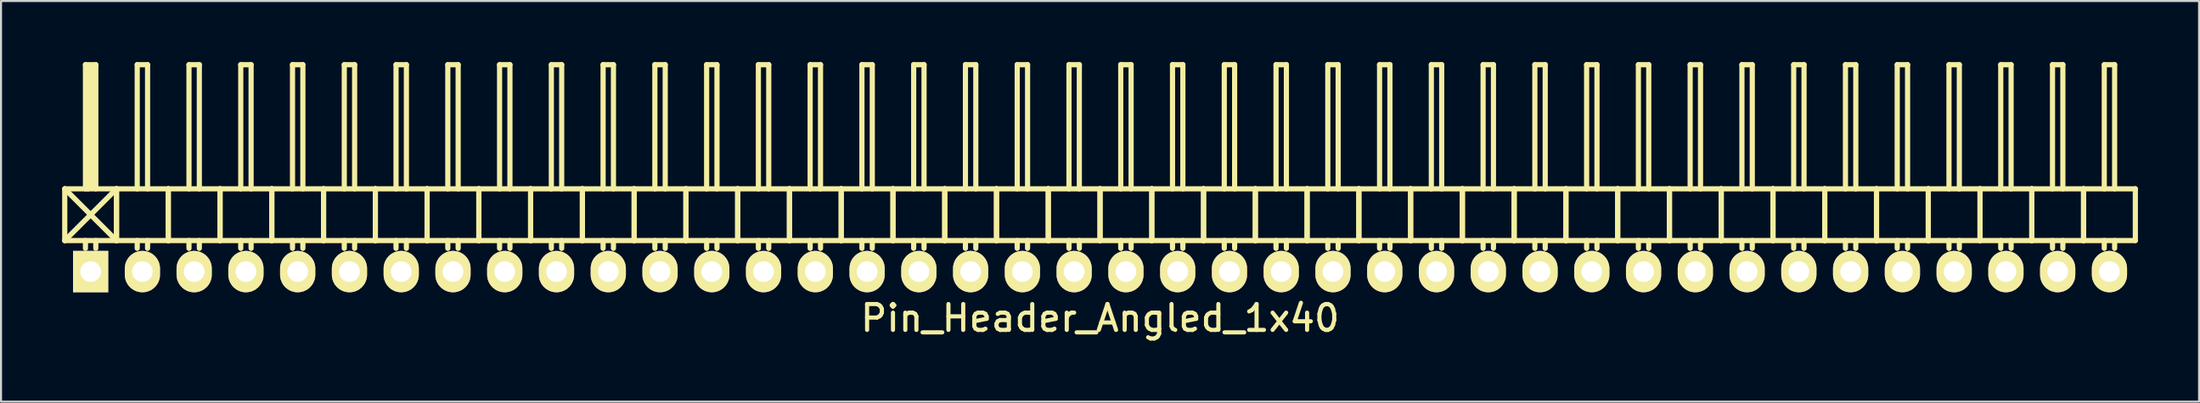
<source format=kicad_pcb>
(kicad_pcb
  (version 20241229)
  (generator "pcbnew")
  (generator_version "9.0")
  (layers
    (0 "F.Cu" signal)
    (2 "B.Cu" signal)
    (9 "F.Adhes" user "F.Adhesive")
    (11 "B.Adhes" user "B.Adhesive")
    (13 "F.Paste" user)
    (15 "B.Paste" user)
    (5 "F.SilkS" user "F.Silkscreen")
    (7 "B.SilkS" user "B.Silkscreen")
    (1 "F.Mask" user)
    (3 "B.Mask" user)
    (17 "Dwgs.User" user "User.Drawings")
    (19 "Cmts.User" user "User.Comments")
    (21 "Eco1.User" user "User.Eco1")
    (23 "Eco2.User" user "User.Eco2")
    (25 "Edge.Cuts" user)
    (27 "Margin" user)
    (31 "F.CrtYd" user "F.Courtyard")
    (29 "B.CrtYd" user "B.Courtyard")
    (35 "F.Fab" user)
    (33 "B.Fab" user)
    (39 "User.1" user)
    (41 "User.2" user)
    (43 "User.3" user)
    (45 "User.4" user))
  (footprint "Pin_Header_Angled_1x40"
    (layer "F.Cu")
    (at 50.927 10.287)
    (property "Reference" "Pin_Header_Angled_1x40" (at 0 2.286 0) (layer "F.SilkS") (effects (font (size 1.27 1.27) (thickness 0.203))))
    (attr through_hole)
    (fp_line (start -50.8 -4.064) (end -48.26 -1.524) (stroke (width 0.254) (type solid)) (layer "F.SilkS"))
    (fp_line (start -50.8 -1.524) (end -50.8 -4.064) (stroke (width 0.254) (type solid)) (layer "F.SilkS"))
    (fp_line (start -50.8 -1.524) (end -48.26 -4.064) (stroke (width 0.254) (type solid)) (layer "F.SilkS"))
    (fp_line (start -50.8 -1.524) (end -48.26 -1.524) (stroke (width 0.254) (type solid)) (layer "F.SilkS"))
    (fp_line (start -49.784 -10.16) (end -49.276 -10.16) (stroke (width 0.254) (type solid)) (layer "F.SilkS"))
    (fp_line (start -49.784 -4.064) (end -49.784 -10.16) (stroke (width 0.254) (type solid)) (layer "F.SilkS"))
    (fp_line (start -49.784 -1.524) (end -49.784 -1.143) (stroke (width 0.254) (type solid)) (layer "F.SilkS"))
    (fp_line (start -49.657 -10.033) (end -49.403 -10.033) (stroke (width 0.254) (type solid)) (layer "F.SilkS"))
    (fp_line (start -49.657 -4.064) (end -49.657 -10.033) (stroke (width 0.254) (type solid)) (layer "F.SilkS"))
    (fp_line (start -49.53 -4.191) (end -49.53 -10.033) (stroke (width 0.254) (type solid)) (layer "F.SilkS"))
    (fp_line (start -49.403 -10.033) (end -49.403 -4.191) (stroke (width 0.254) (type solid)) (layer "F.SilkS"))
    (fp_line (start -49.403 -4.191) (end -49.53 -4.191) (stroke (width 0.254) (type solid)) (layer "F.SilkS"))
    (fp_line (start -49.276 -10.16) (end -49.276 -4.064) (stroke (width 0.254) (type solid)) (layer "F.SilkS"))
    (fp_line (start -49.276 -1.524) (end -49.276 -1.143) (stroke (width 0.254) (type solid)) (layer "F.SilkS"))
    (fp_line (start -48.26 -4.064) (end -50.8 -4.064) (stroke (width 0.254) (type solid)) (layer "F.SilkS"))
    (fp_line (start -48.26 -1.524) (end -48.26 -4.064) (stroke (width 0.254) (type solid)) (layer "F.SilkS"))
    (fp_line (start -48.26 -1.524) (end -48.26 -4.064) (stroke (width 0.254) (type solid)) (layer "F.SilkS"))
    (fp_line (start -48.26 -1.524) (end -45.72 -1.524) (stroke (width 0.254) (type solid)) (layer "F.SilkS"))
    (fp_line (start -47.244 -10.16) (end -46.736 -10.16) (stroke (width 0.254) (type solid)) (layer "F.SilkS"))
    (fp_line (start -47.244 -4.064) (end -47.244 -10.16) (stroke (width 0.254) (type solid)) (layer "F.SilkS"))
    (fp_line (start -47.244 -1.524) (end -47.244 -1.143) (stroke (width 0.254) (type solid)) (layer "F.SilkS"))
    (fp_line (start -46.736 -10.16) (end -46.736 -4.064) (stroke (width 0.254) (type solid)) (layer "F.SilkS"))
    (fp_line (start -46.736 -1.524) (end -46.736 -1.143) (stroke (width 0.254) (type solid)) (layer "F.SilkS"))
    (fp_line (start -45.72 -4.064) (end -48.26 -4.064) (stroke (width 0.254) (type solid)) (layer "F.SilkS"))
    (fp_line (start -45.72 -1.524) (end -45.72 -4.064) (stroke (width 0.254) (type solid)) (layer "F.SilkS"))
    (fp_line (start -45.72 -1.524) (end -45.72 -4.064) (stroke (width 0.254) (type solid)) (layer "F.SilkS"))
    (fp_line (start -45.72 -1.524) (end -43.18 -1.524) (stroke (width 0.254) (type solid)) (layer "F.SilkS"))
    (fp_line (start -44.704 -10.16) (end -44.196 -10.16) (stroke (width 0.254) (type solid)) (layer "F.SilkS"))
    (fp_line (start -44.704 -4.064) (end -44.704 -10.16) (stroke (width 0.254) (type solid)) (layer "F.SilkS"))
    (fp_line (start -44.704 -1.524) (end -44.704 -1.143) (stroke (width 0.254) (type solid)) (layer "F.SilkS"))
    (fp_line (start -44.196 -10.16) (end -44.196 -4.064) (stroke (width 0.254) (type solid)) (layer "F.SilkS"))
    (fp_line (start -44.196 -1.524) (end -44.196 -1.143) (stroke (width 0.254) (type solid)) (layer "F.SilkS"))
    (fp_line (start -43.18 -4.064) (end -45.72 -4.064) (stroke (width 0.254) (type solid)) (layer "F.SilkS"))
    (fp_line (start -43.18 -1.524) (end -43.18 -4.064) (stroke (width 0.254) (type solid)) (layer "F.SilkS"))
    (fp_line (start -43.18 -1.524) (end -43.18 -4.064) (stroke (width 0.254) (type solid)) (layer "F.SilkS"))
    (fp_line (start -43.18 -1.524) (end -40.64 -1.524) (stroke (width 0.254) (type solid)) (layer "F.SilkS"))
    (fp_line (start -42.164 -10.16) (end -41.656 -10.16) (stroke (width 0.254) (type solid)) (layer "F.SilkS"))
    (fp_line (start -42.164 -4.064) (end -42.164 -10.16) (stroke (width 0.254) (type solid)) (layer "F.SilkS"))
    (fp_line (start -42.164 -1.524) (end -42.164 -1.143) (stroke (width 0.254) (type solid)) (layer "F.SilkS"))
    (fp_line (start -41.656 -10.16) (end -41.656 -4.064) (stroke (width 0.254) (type solid)) (layer "F.SilkS"))
    (fp_line (start -41.656 -1.524) (end -41.656 -1.143) (stroke (width 0.254) (type solid)) (layer "F.SilkS"))
    (fp_line (start -40.64 -4.064) (end -43.18 -4.064) (stroke (width 0.254) (type solid)) (layer "F.SilkS"))
    (fp_line (start -40.64 -1.524) (end -40.64 -4.064) (stroke (width 0.254) (type solid)) (layer "F.SilkS"))
    (fp_line (start -40.64 -1.524) (end -40.64 -4.064) (stroke (width 0.254) (type solid)) (layer "F.SilkS"))
    (fp_line (start -40.64 -1.524) (end -38.1 -1.524) (stroke (width 0.254) (type solid)) (layer "F.SilkS"))
    (fp_line (start -39.624 -10.16) (end -39.116 -10.16) (stroke (width 0.254) (type solid)) (layer "F.SilkS"))
    (fp_line (start -39.624 -4.064) (end -39.624 -10.16) (stroke (width 0.254) (type solid)) (layer "F.SilkS"))
    (fp_line (start -39.624 -1.524) (end -39.624 -1.143) (stroke (width 0.254) (type solid)) (layer "F.SilkS"))
    (fp_line (start -39.116 -10.16) (end -39.116 -4.064) (stroke (width 0.254) (type solid)) (layer "F.SilkS"))
    (fp_line (start -39.116 -1.524) (end -39.116 -1.143) (stroke (width 0.254) (type solid)) (layer "F.SilkS"))
    (fp_line (start -38.1 -4.064) (end -40.64 -4.064) (stroke (width 0.254) (type solid)) (layer "F.SilkS"))
    (fp_line (start -38.1 -1.524) (end -38.1 -4.064) (stroke (width 0.254) (type solid)) (layer "F.SilkS"))
    (fp_line (start -38.1 -1.524) (end -38.1 -4.064) (stroke (width 0.254) (type solid)) (layer "F.SilkS"))
    (fp_line (start -38.1 -1.524) (end -35.56 -1.524) (stroke (width 0.254) (type solid)) (layer "F.SilkS"))
    (fp_line (start -37.084 -10.16) (end -36.576 -10.16) (stroke (width 0.254) (type solid)) (layer "F.SilkS"))
    (fp_line (start -37.084 -4.064) (end -37.084 -10.16) (stroke (width 0.254) (type solid)) (layer "F.SilkS"))
    (fp_line (start -37.084 -1.524) (end -37.084 -1.143) (stroke (width 0.254) (type solid)) (layer "F.SilkS"))
    (fp_line (start -36.576 -10.16) (end -36.576 -4.064) (stroke (width 0.254) (type solid)) (layer "F.SilkS"))
    (fp_line (start -36.576 -1.524) (end -36.576 -1.143) (stroke (width 0.254) (type solid)) (layer "F.SilkS"))
    (fp_line (start -35.56 -4.064) (end -38.1 -4.064) (stroke (width 0.254) (type solid)) (layer "F.SilkS"))
    (fp_line (start -35.56 -1.524) (end -35.56 -4.064) (stroke (width 0.254) (type solid)) (layer "F.SilkS"))
    (fp_line (start -35.56 -1.524) (end -35.56 -4.064) (stroke (width 0.254) (type solid)) (layer "F.SilkS"))
    (fp_line (start -35.56 -1.524) (end -33.02 -1.524) (stroke (width 0.254) (type solid)) (layer "F.SilkS"))
    (fp_line (start -34.544 -10.16) (end -34.036 -10.16) (stroke (width 0.254) (type solid)) (layer "F.SilkS"))
    (fp_line (start -34.544 -4.064) (end -34.544 -10.16) (stroke (width 0.254) (type solid)) (layer "F.SilkS"))
    (fp_line (start -34.544 -1.524) (end -34.544 -1.143) (stroke (width 0.254) (type solid)) (layer "F.SilkS"))
    (fp_line (start -34.036 -10.16) (end -34.036 -4.064) (stroke (width 0.254) (type solid)) (layer "F.SilkS"))
    (fp_line (start -34.036 -1.524) (end -34.036 -1.143) (stroke (width 0.254) (type solid)) (layer "F.SilkS"))
    (fp_line (start -33.02 -4.064) (end -35.56 -4.064) (stroke (width 0.254) (type solid)) (layer "F.SilkS"))
    (fp_line (start -33.02 -1.524) (end -33.02 -4.064) (stroke (width 0.254) (type solid)) (layer "F.SilkS"))
    (fp_line (start -33.02 -1.524) (end -33.02 -4.064) (stroke (width 0.254) (type solid)) (layer "F.SilkS"))
    (fp_line (start -33.02 -1.524) (end -30.48 -1.524) (stroke (width 0.254) (type solid)) (layer "F.SilkS"))
    (fp_line (start -32.004 -10.16) (end -31.496 -10.16) (stroke (width 0.254) (type solid)) (layer "F.SilkS"))
    (fp_line (start -32.004 -4.064) (end -32.004 -10.16) (stroke (width 0.254) (type solid)) (layer "F.SilkS"))
    (fp_line (start -32.004 -1.524) (end -32.004 -1.143) (stroke (width 0.254) (type solid)) (layer "F.SilkS"))
    (fp_line (start -31.496 -10.16) (end -31.496 -4.064) (stroke (width 0.254) (type solid)) (layer "F.SilkS"))
    (fp_line (start -31.496 -1.524) (end -31.496 -1.143) (stroke (width 0.254) (type solid)) (layer "F.SilkS"))
    (fp_line (start -30.48 -4.064) (end -33.02 -4.064) (stroke (width 0.254) (type solid)) (layer "F.SilkS"))
    (fp_line (start -30.48 -1.524) (end -30.48 -4.064) (stroke (width 0.254) (type solid)) (layer "F.SilkS"))
    (fp_line (start -30.48 -1.524) (end -30.48 -4.064) (stroke (width 0.254) (type solid)) (layer "F.SilkS"))
    (fp_line (start -30.48 -1.524) (end -27.94 -1.524) (stroke (width 0.254) (type solid)) (layer "F.SilkS"))
    (fp_line (start -29.464 -10.16) (end -28.956 -10.16) (stroke (width 0.254) (type solid)) (layer "F.SilkS"))
    (fp_line (start -29.464 -4.064) (end -29.464 -10.16) (stroke (width 0.254) (type solid)) (layer "F.SilkS"))
    (fp_line (start -29.464 -1.524) (end -29.464 -1.143) (stroke (width 0.254) (type solid)) (layer "F.SilkS"))
    (fp_line (start -28.956 -10.16) (end -28.956 -4.064) (stroke (width 0.254) (type solid)) (layer "F.SilkS"))
    (fp_line (start -28.956 -1.524) (end -28.956 -1.143) (stroke (width 0.254) (type solid)) (layer "F.SilkS"))
    (fp_line (start -27.94 -4.064) (end -30.48 -4.064) (stroke (width 0.254) (type solid)) (layer "F.SilkS"))
    (fp_line (start -27.94 -1.524) (end -27.94 -4.064) (stroke (width 0.254) (type solid)) (layer "F.SilkS"))
    (fp_line (start -27.94 -1.524) (end -27.94 -4.064) (stroke (width 0.254) (type solid)) (layer "F.SilkS"))
    (fp_line (start -27.94 -1.524) (end -25.4 -1.524) (stroke (width 0.254) (type solid)) (layer "F.SilkS"))
    (fp_line (start -26.924 -10.16) (end -26.416 -10.16) (stroke (width 0.254) (type solid)) (layer "F.SilkS"))
    (fp_line (start -26.924 -4.064) (end -26.924 -10.16) (stroke (width 0.254) (type solid)) (layer "F.SilkS"))
    (fp_line (start -26.924 -1.524) (end -26.924 -1.143) (stroke (width 0.254) (type solid)) (layer "F.SilkS"))
    (fp_line (start -26.416 -10.16) (end -26.416 -4.064) (stroke (width 0.254) (type solid)) (layer "F.SilkS"))
    (fp_line (start -26.416 -1.524) (end -26.416 -1.143) (stroke (width 0.254) (type solid)) (layer "F.SilkS"))
    (fp_line (start -25.4 -4.064) (end -27.94 -4.064) (stroke (width 0.254) (type solid)) (layer "F.SilkS"))
    (fp_line (start -25.4 -1.524) (end -25.4 -4.064) (stroke (width 0.254) (type solid)) (layer "F.SilkS"))
    (fp_line (start -25.4 -1.524) (end -25.4 -4.064) (stroke (width 0.254) (type solid)) (layer "F.SilkS"))
    (fp_line (start -25.4 -1.524) (end -22.86 -1.524) (stroke (width 0.254) (type solid)) (layer "F.SilkS"))
    (fp_line (start -24.384 -10.16) (end -23.876 -10.16) (stroke (width 0.254) (type solid)) (layer "F.SilkS"))
    (fp_line (start -24.384 -4.064) (end -24.384 -10.16) (stroke (width 0.254) (type solid)) (layer "F.SilkS"))
    (fp_line (start -24.384 -1.524) (end -24.384 -1.143) (stroke (width 0.254) (type solid)) (layer "F.SilkS"))
    (fp_line (start -23.876 -10.16) (end -23.876 -4.064) (stroke (width 0.254) (type solid)) (layer "F.SilkS"))
    (fp_line (start -23.876 -1.524) (end -23.876 -1.143) (stroke (width 0.254) (type solid)) (layer "F.SilkS"))
    (fp_line (start -22.86 -4.064) (end -25.4 -4.064) (stroke (width 0.254) (type solid)) (layer "F.SilkS"))
    (fp_line (start -22.86 -1.524) (end -22.86 -4.064) (stroke (width 0.254) (type solid)) (layer "F.SilkS"))
    (fp_line (start -22.86 -1.524) (end -22.86 -4.064) (stroke (width 0.254) (type solid)) (layer "F.SilkS"))
    (fp_line (start -22.86 -1.524) (end -20.32 -1.524) (stroke (width 0.254) (type solid)) (layer "F.SilkS"))
    (fp_line (start -21.844 -10.16) (end -21.336 -10.16) (stroke (width 0.254) (type solid)) (layer "F.SilkS"))
    (fp_line (start -21.844 -4.064) (end -21.844 -10.16) (stroke (width 0.254) (type solid)) (layer "F.SilkS"))
    (fp_line (start -21.844 -1.524) (end -21.844 -1.143) (stroke (width 0.254) (type solid)) (layer "F.SilkS"))
    (fp_line (start -21.336 -10.16) (end -21.336 -4.064) (stroke (width 0.254) (type solid)) (layer "F.SilkS"))
    (fp_line (start -21.336 -1.524) (end -21.336 -1.143) (stroke (width 0.254) (type solid)) (layer "F.SilkS"))
    (fp_line (start -20.32 -4.064) (end -22.86 -4.064) (stroke (width 0.254) (type solid)) (layer "F.SilkS"))
    (fp_line (start -20.32 -1.524) (end -20.32 -4.064) (stroke (width 0.254) (type solid)) (layer "F.SilkS"))
    (fp_line (start -20.32 -1.524) (end -20.32 -4.064) (stroke (width 0.254) (type solid)) (layer "F.SilkS"))
    (fp_line (start -20.32 -1.524) (end -17.78 -1.524) (stroke (width 0.254) (type solid)) (layer "F.SilkS"))
    (fp_line (start -19.304 -10.16) (end -18.796 -10.16) (stroke (width 0.254) (type solid)) (layer "F.SilkS"))
    (fp_line (start -19.304 -4.064) (end -19.304 -10.16) (stroke (width 0.254) (type solid)) (layer "F.SilkS"))
    (fp_line (start -19.304 -1.524) (end -19.304 -1.143) (stroke (width 0.254) (type solid)) (layer "F.SilkS"))
    (fp_line (start -18.796 -10.16) (end -18.796 -4.064) (stroke (width 0.254) (type solid)) (layer "F.SilkS"))
    (fp_line (start -18.796 -1.524) (end -18.796 -1.143) (stroke (width 0.254) (type solid)) (layer "F.SilkS"))
    (fp_line (start -17.78 -4.064) (end -20.32 -4.064) (stroke (width 0.254) (type solid)) (layer "F.SilkS"))
    (fp_line (start -17.78 -1.524) (end -17.78 -4.064) (stroke (width 0.254) (type solid)) (layer "F.SilkS"))
    (fp_line (start -17.78 -1.524) (end -17.78 -4.064) (stroke (width 0.254) (type solid)) (layer "F.SilkS"))
    (fp_line (start -17.78 -1.524) (end -15.24 -1.524) (stroke (width 0.254) (type solid)) (layer "F.SilkS"))
    (fp_line (start -16.764 -10.16) (end -16.256 -10.16) (stroke (width 0.254) (type solid)) (layer "F.SilkS"))
    (fp_line (start -16.764 -4.064) (end -16.764 -10.16) (stroke (width 0.254) (type solid)) (layer "F.SilkS"))
    (fp_line (start -16.764 -1.524) (end -16.764 -1.143) (stroke (width 0.254) (type solid)) (layer "F.SilkS"))
    (fp_line (start -16.256 -10.16) (end -16.256 -4.064) (stroke (width 0.254) (type solid)) (layer "F.SilkS"))
    (fp_line (start -16.256 -1.524) (end -16.256 -1.143) (stroke (width 0.254) (type solid)) (layer "F.SilkS"))
    (fp_line (start -15.24 -4.064) (end -17.78 -4.064) (stroke (width 0.254) (type solid)) (layer "F.SilkS"))
    (fp_line (start -15.24 -1.524) (end -15.24 -4.064) (stroke (width 0.254) (type solid)) (layer "F.SilkS"))
    (fp_line (start -15.24 -1.524) (end -15.24 -4.064) (stroke (width 0.254) (type solid)) (layer "F.SilkS"))
    (fp_line (start -15.24 -1.524) (end -12.7 -1.524) (stroke (width 0.254) (type solid)) (layer "F.SilkS"))
    (fp_line (start -14.224 -10.16) (end -13.716 -10.16) (stroke (width 0.254) (type solid)) (layer "F.SilkS"))
    (fp_line (start -14.224 -4.064) (end -14.224 -10.16) (stroke (width 0.254) (type solid)) (layer "F.SilkS"))
    (fp_line (start -14.224 -1.524) (end -14.224 -1.143) (stroke (width 0.254) (type solid)) (layer "F.SilkS"))
    (fp_line (start -13.716 -10.16) (end -13.716 -4.064) (stroke (width 0.254) (type solid)) (layer "F.SilkS"))
    (fp_line (start -13.716 -1.524) (end -13.716 -1.143) (stroke (width 0.254) (type solid)) (layer "F.SilkS"))
    (fp_line (start -12.7 -4.064) (end -15.24 -4.064) (stroke (width 0.254) (type solid)) (layer "F.SilkS"))
    (fp_line (start -12.7 -1.524) (end -12.7 -4.064) (stroke (width 0.254) (type solid)) (layer "F.SilkS"))
    (fp_line (start -12.7 -1.524) (end -12.7 -4.064) (stroke (width 0.254) (type solid)) (layer "F.SilkS"))
    (fp_line (start -12.7 -1.524) (end -10.16 -1.524) (stroke (width 0.254) (type solid)) (layer "F.SilkS"))
    (fp_line (start -11.684 -10.16) (end -11.176 -10.16) (stroke (width 0.254) (type solid)) (layer "F.SilkS"))
    (fp_line (start -11.684 -4.064) (end -11.684 -10.16) (stroke (width 0.254) (type solid)) (layer "F.SilkS"))
    (fp_line (start -11.684 -1.524) (end -11.684 -1.143) (stroke (width 0.254) (type solid)) (layer "F.SilkS"))
    (fp_line (start -11.176 -10.16) (end -11.176 -4.064) (stroke (width 0.254) (type solid)) (layer "F.SilkS"))
    (fp_line (start -11.176 -1.524) (end -11.176 -1.143) (stroke (width 0.254) (type solid)) (layer "F.SilkS"))
    (fp_line (start -10.16 -4.064) (end -12.7 -4.064) (stroke (width 0.254) (type solid)) (layer "F.SilkS"))
    (fp_line (start -10.16 -1.524) (end -10.16 -4.064) (stroke (width 0.254) (type solid)) (layer "F.SilkS"))
    (fp_line (start -10.16 -1.524) (end -10.16 -4.064) (stroke (width 0.254) (type solid)) (layer "F.SilkS"))
    (fp_line (start -10.16 -1.524) (end -7.62 -1.524) (stroke (width 0.254) (type solid)) (layer "F.SilkS"))
    (fp_line (start -9.144 -10.16) (end -8.636 -10.16) (stroke (width 0.254) (type solid)) (layer "F.SilkS"))
    (fp_line (start -9.144 -4.064) (end -9.144 -10.16) (stroke (width 0.254) (type solid)) (layer "F.SilkS"))
    (fp_line (start -9.144 -1.524) (end -9.144 -1.143) (stroke (width 0.254) (type solid)) (layer "F.SilkS"))
    (fp_line (start -8.636 -10.16) (end -8.636 -4.064) (stroke (width 0.254) (type solid)) (layer "F.SilkS"))
    (fp_line (start -8.636 -1.524) (end -8.636 -1.143) (stroke (width 0.254) (type solid)) (layer "F.SilkS"))
    (fp_line (start -7.62 -4.064) (end -10.16 -4.064) (stroke (width 0.254) (type solid)) (layer "F.SilkS"))
    (fp_line (start -7.62 -1.524) (end -7.62 -4.064) (stroke (width 0.254) (type solid)) (layer "F.SilkS"))
    (fp_line (start -7.62 -1.524) (end -7.62 -4.064) (stroke (width 0.254) (type solid)) (layer "F.SilkS"))
    (fp_line (start -7.62 -1.524) (end -5.08 -1.524) (stroke (width 0.254) (type solid)) (layer "F.SilkS"))
    (fp_line (start -6.604 -10.16) (end -6.096 -10.16) (stroke (width 0.254) (type solid)) (layer "F.SilkS"))
    (fp_line (start -6.604 -4.064) (end -6.604 -10.16) (stroke (width 0.254) (type solid)) (layer "F.SilkS"))
    (fp_line (start -6.604 -1.524) (end -6.604 -1.143) (stroke (width 0.254) (type solid)) (layer "F.SilkS"))
    (fp_line (start -6.096 -10.16) (end -6.096 -4.064) (stroke (width 0.254) (type solid)) (layer "F.SilkS"))
    (fp_line (start -6.096 -1.524) (end -6.096 -1.143) (stroke (width 0.254) (type solid)) (layer "F.SilkS"))
    (fp_line (start -5.08 -4.064) (end -7.62 -4.064) (stroke (width 0.254) (type solid)) (layer "F.SilkS"))
    (fp_line (start -5.08 -1.524) (end -5.08 -4.064) (stroke (width 0.254) (type solid)) (layer "F.SilkS"))
    (fp_line (start -5.08 -1.524) (end -5.08 -4.064) (stroke (width 0.254) (type solid)) (layer "F.SilkS"))
    (fp_line (start -5.08 -1.524) (end -2.54 -1.524) (stroke (width 0.254) (type solid)) (layer "F.SilkS"))
    (fp_line (start -4.064 -10.16) (end -3.556 -10.16) (stroke (width 0.254) (type solid)) (layer "F.SilkS"))
    (fp_line (start -4.064 -4.064) (end -4.064 -10.16) (stroke (width 0.254) (type solid)) (layer "F.SilkS"))
    (fp_line (start -4.064 -1.524) (end -4.064 -1.143) (stroke (width 0.254) (type solid)) (layer "F.SilkS"))
    (fp_line (start -3.556 -10.16) (end -3.556 -4.064) (stroke (width 0.254) (type solid)) (layer "F.SilkS"))
    (fp_line (start -3.556 -1.524) (end -3.556 -1.143) (stroke (width 0.254) (type solid)) (layer "F.SilkS"))
    (fp_line (start -2.54 -4.064) (end -5.08 -4.064) (stroke (width 0.254) (type solid)) (layer "F.SilkS"))
    (fp_line (start -2.54 -1.524) (end -2.54 -4.064) (stroke (width 0.254) (type solid)) (layer "F.SilkS"))
    (fp_line (start -2.54 -1.524) (end -2.54 -4.064) (stroke (width 0.254) (type solid)) (layer "F.SilkS"))
    (fp_line (start -2.54 -1.524) (end 0 -1.524) (stroke (width 0.254) (type solid)) (layer "F.SilkS"))
    (fp_line (start -1.524 -10.16) (end -1.016 -10.16) (stroke (width 0.254) (type solid)) (layer "F.SilkS"))
    (fp_line (start -1.524 -4.064) (end -1.524 -10.16) (stroke (width 0.254) (type solid)) (layer "F.SilkS"))
    (fp_line (start -1.524 -1.524) (end -1.524 -1.143) (stroke (width 0.254) (type solid)) (layer "F.SilkS"))
    (fp_line (start -1.016 -10.16) (end -1.016 -4.064) (stroke (width 0.254) (type solid)) (layer "F.SilkS"))
    (fp_line (start -1.016 -1.524) (end -1.016 -1.143) (stroke (width 0.254) (type solid)) (layer "F.SilkS"))
    (fp_line (start 0 -4.064) (end -2.54 -4.064) (stroke (width 0.254) (type solid)) (layer "F.SilkS"))
    (fp_line (start 0 -1.524) (end 0 -4.064) (stroke (width 0.254) (type solid)) (layer "F.SilkS"))
    (fp_line (start 0 -1.524) (end 0 -4.064) (stroke (width 0.254) (type solid)) (layer "F.SilkS"))
    (fp_line (start 0 -1.524) (end 2.54 -1.524) (stroke (width 0.254) (type solid)) (layer "F.SilkS"))
    (fp_line (start 1.016 -10.16) (end 1.524 -10.16) (stroke (width 0.254) (type solid)) (layer "F.SilkS"))
    (fp_line (start 1.016 -4.064) (end 1.016 -10.16) (stroke (width 0.254) (type solid)) (layer "F.SilkS"))
    (fp_line (start 1.016 -1.524) (end 1.016 -1.143) (stroke (width 0.254) (type solid)) (layer "F.SilkS"))
    (fp_line (start 1.524 -10.16) (end 1.524 -4.064) (stroke (width 0.254) (type solid)) (layer "F.SilkS"))
    (fp_line (start 1.524 -1.524) (end 1.524 -1.143) (stroke (width 0.254) (type solid)) (layer "F.SilkS"))
    (fp_line (start 2.54 -4.064) (end 0 -4.064) (stroke (width 0.254) (type solid)) (layer "F.SilkS"))
    (fp_line (start 2.54 -1.524) (end 2.54 -4.064) (stroke (width 0.254) (type solid)) (layer "F.SilkS"))
    (fp_line (start 2.54 -1.524) (end 2.54 -4.064) (stroke (width 0.254) (type solid)) (layer "F.SilkS"))
    (fp_line (start 2.54 -1.524) (end 5.08 -1.524) (stroke (width 0.254) (type solid)) (layer "F.SilkS"))
    (fp_line (start 3.556 -10.16) (end 4.064 -10.16) (stroke (width 0.254) (type solid)) (layer "F.SilkS"))
    (fp_line (start 3.556 -4.064) (end 3.556 -10.16) (stroke (width 0.254) (type solid)) (layer "F.SilkS"))
    (fp_line (start 3.556 -1.524) (end 3.556 -1.143) (stroke (width 0.254) (type solid)) (layer "F.SilkS"))
    (fp_line (start 4.064 -10.16) (end 4.064 -4.064) (stroke (width 0.254) (type solid)) (layer "F.SilkS"))
    (fp_line (start 4.064 -1.524) (end 4.064 -1.143) (stroke (width 0.254) (type solid)) (layer "F.SilkS"))
    (fp_line (start 5.08 -4.064) (end 2.54 -4.064) (stroke (width 0.254) (type solid)) (layer "F.SilkS"))
    (fp_line (start 5.08 -1.524) (end 5.08 -4.064) (stroke (width 0.254) (type solid)) (layer "F.SilkS"))
    (fp_line (start 5.08 -1.524) (end 5.08 -4.064) (stroke (width 0.254) (type solid)) (layer "F.SilkS"))
    (fp_line (start 5.08 -1.524) (end 7.62 -1.524) (stroke (width 0.254) (type solid)) (layer "F.SilkS"))
    (fp_line (start 6.096 -10.16) (end 6.604 -10.16) (stroke (width 0.254) (type solid)) (layer "F.SilkS"))
    (fp_line (start 6.096 -4.064) (end 6.096 -10.16) (stroke (width 0.254) (type solid)) (layer "F.SilkS"))
    (fp_line (start 6.096 -1.524) (end 6.096 -1.143) (stroke (width 0.254) (type solid)) (layer "F.SilkS"))
    (fp_line (start 6.604 -10.16) (end 6.604 -4.064) (stroke (width 0.254) (type solid)) (layer "F.SilkS"))
    (fp_line (start 6.604 -1.524) (end 6.604 -1.143) (stroke (width 0.254) (type solid)) (layer "F.SilkS"))
    (fp_line (start 7.62 -4.064) (end 5.08 -4.064) (stroke (width 0.254) (type solid)) (layer "F.SilkS"))
    (fp_line (start 7.62 -1.524) (end 7.62 -4.064) (stroke (width 0.254) (type solid)) (layer "F.SilkS"))
    (fp_line (start 7.62 -1.524) (end 7.62 -4.064) (stroke (width 0.254) (type solid)) (layer "F.SilkS"))
    (fp_line (start 7.62 -1.524) (end 10.16 -1.524) (stroke (width 0.254) (type solid)) (layer "F.SilkS"))
    (fp_line (start 8.636 -10.16) (end 9.144 -10.16) (stroke (width 0.254) (type solid)) (layer "F.SilkS"))
    (fp_line (start 8.636 -4.064) (end 8.636 -10.16) (stroke (width 0.254) (type solid)) (layer "F.SilkS"))
    (fp_line (start 8.636 -1.524) (end 8.636 -1.143) (stroke (width 0.254) (type solid)) (layer "F.SilkS"))
    (fp_line (start 9.144 -10.16) (end 9.144 -4.064) (stroke (width 0.254) (type solid)) (layer "F.SilkS"))
    (fp_line (start 9.144 -1.524) (end 9.144 -1.143) (stroke (width 0.254) (type solid)) (layer "F.SilkS"))
    (fp_line (start 10.16 -4.064) (end 7.62 -4.064) (stroke (width 0.254) (type solid)) (layer "F.SilkS"))
    (fp_line (start 10.16 -1.524) (end 10.16 -4.064) (stroke (width 0.254) (type solid)) (layer "F.SilkS"))
    (fp_line (start 10.16 -1.524) (end 10.16 -4.064) (stroke (width 0.254) (type solid)) (layer "F.SilkS"))
    (fp_line (start 10.16 -1.524) (end 12.7 -1.524) (stroke (width 0.254) (type solid)) (layer "F.SilkS"))
    (fp_line (start 11.176 -10.16) (end 11.684 -10.16) (stroke (width 0.254) (type solid)) (layer "F.SilkS"))
    (fp_line (start 11.176 -4.064) (end 11.176 -10.16) (stroke (width 0.254) (type solid)) (layer "F.SilkS"))
    (fp_line (start 11.176 -1.524) (end 11.176 -1.143) (stroke (width 0.254) (type solid)) (layer "F.SilkS"))
    (fp_line (start 11.684 -10.16) (end 11.684 -4.064) (stroke (width 0.254) (type solid)) (layer "F.SilkS"))
    (fp_line (start 11.684 -1.524) (end 11.684 -1.143) (stroke (width 0.254) (type solid)) (layer "F.SilkS"))
    (fp_line (start 12.7 -4.064) (end 10.16 -4.064) (stroke (width 0.254) (type solid)) (layer "F.SilkS"))
    (fp_line (start 12.7 -1.524) (end 12.7 -4.064) (stroke (width 0.254) (type solid)) (layer "F.SilkS"))
    (fp_line (start 12.7 -1.524) (end 12.7 -4.064) (stroke (width 0.254) (type solid)) (layer "F.SilkS"))
    (fp_line (start 12.7 -1.524) (end 15.24 -1.524) (stroke (width 0.254) (type solid)) (layer "F.SilkS"))
    (fp_line (start 13.716 -10.16) (end 14.224 -10.16) (stroke (width 0.254) (type solid)) (layer "F.SilkS"))
    (fp_line (start 13.716 -4.064) (end 13.716 -10.16) (stroke (width 0.254) (type solid)) (layer "F.SilkS"))
    (fp_line (start 13.716 -1.524) (end 13.716 -1.143) (stroke (width 0.254) (type solid)) (layer "F.SilkS"))
    (fp_line (start 14.224 -10.16) (end 14.224 -4.064) (stroke (width 0.254) (type solid)) (layer "F.SilkS"))
    (fp_line (start 14.224 -1.524) (end 14.224 -1.143) (stroke (width 0.254) (type solid)) (layer "F.SilkS"))
    (fp_line (start 15.24 -4.064) (end 12.7 -4.064) (stroke (width 0.254) (type solid)) (layer "F.SilkS"))
    (fp_line (start 15.24 -1.524) (end 15.24 -4.064) (stroke (width 0.254) (type solid)) (layer "F.SilkS"))
    (fp_line (start 15.24 -1.524) (end 15.24 -4.064) (stroke (width 0.254) (type solid)) (layer "F.SilkS"))
    (fp_line (start 15.24 -1.524) (end 17.78 -1.524) (stroke (width 0.254) (type solid)) (layer "F.SilkS"))
    (fp_line (start 16.256 -10.16) (end 16.764 -10.16) (stroke (width 0.254) (type solid)) (layer "F.SilkS"))
    (fp_line (start 16.256 -4.064) (end 16.256 -10.16) (stroke (width 0.254) (type solid)) (layer "F.SilkS"))
    (fp_line (start 16.256 -1.524) (end 16.256 -1.143) (stroke (width 0.254) (type solid)) (layer "F.SilkS"))
    (fp_line (start 16.764 -10.16) (end 16.764 -4.064) (stroke (width 0.254) (type solid)) (layer "F.SilkS"))
    (fp_line (start 16.764 -1.524) (end 16.764 -1.143) (stroke (width 0.254) (type solid)) (layer "F.SilkS"))
    (fp_line (start 17.78 -4.064) (end 15.24 -4.064) (stroke (width 0.254) (type solid)) (layer "F.SilkS"))
    (fp_line (start 17.78 -1.524) (end 17.78 -4.064) (stroke (width 0.254) (type solid)) (layer "F.SilkS"))
    (fp_line (start 17.78 -1.524) (end 17.78 -4.064) (stroke (width 0.254) (type solid)) (layer "F.SilkS"))
    (fp_line (start 17.78 -1.524) (end 20.32 -1.524) (stroke (width 0.254) (type solid)) (layer "F.SilkS"))
    (fp_line (start 18.796 -10.16) (end 19.304 -10.16) (stroke (width 0.254) (type solid)) (layer "F.SilkS"))
    (fp_line (start 18.796 -4.064) (end 18.796 -10.16) (stroke (width 0.254) (type solid)) (layer "F.SilkS"))
    (fp_line (start 18.796 -1.524) (end 18.796 -1.143) (stroke (width 0.254) (type solid)) (layer "F.SilkS"))
    (fp_line (start 19.304 -10.16) (end 19.304 -4.064) (stroke (width 0.254) (type solid)) (layer "F.SilkS"))
    (fp_line (start 19.304 -1.524) (end 19.304 -1.143) (stroke (width 0.254) (type solid)) (layer "F.SilkS"))
    (fp_line (start 20.32 -4.064) (end 17.78 -4.064) (stroke (width 0.254) (type solid)) (layer "F.SilkS"))
    (fp_line (start 20.32 -1.524) (end 20.32 -4.064) (stroke (width 0.254) (type solid)) (layer "F.SilkS"))
    (fp_line (start 20.32 -1.524) (end 20.32 -4.064) (stroke (width 0.254) (type solid)) (layer "F.SilkS"))
    (fp_line (start 20.32 -1.524) (end 22.86 -1.524) (stroke (width 0.254) (type solid)) (layer "F.SilkS"))
    (fp_line (start 21.336 -10.16) (end 21.844 -10.16) (stroke (width 0.254) (type solid)) (layer "F.SilkS"))
    (fp_line (start 21.336 -4.064) (end 21.336 -10.16) (stroke (width 0.254) (type solid)) (layer "F.SilkS"))
    (fp_line (start 21.336 -1.524) (end 21.336 -1.143) (stroke (width 0.254) (type solid)) (layer "F.SilkS"))
    (fp_line (start 21.844 -10.16) (end 21.844 -4.064) (stroke (width 0.254) (type solid)) (layer "F.SilkS"))
    (fp_line (start 21.844 -1.524) (end 21.844 -1.143) (stroke (width 0.254) (type solid)) (layer "F.SilkS"))
    (fp_line (start 22.86 -4.064) (end 20.32 -4.064) (stroke (width 0.254) (type solid)) (layer "F.SilkS"))
    (fp_line (start 22.86 -1.524) (end 22.86 -4.064) (stroke (width 0.254) (type solid)) (layer "F.SilkS"))
    (fp_line (start 22.86 -1.524) (end 22.86 -4.064) (stroke (width 0.254) (type solid)) (layer "F.SilkS"))
    (fp_line (start 22.86 -1.524) (end 25.4 -1.524) (stroke (width 0.254) (type solid)) (layer "F.SilkS"))
    (fp_line (start 23.876 -10.16) (end 24.384 -10.16) (stroke (width 0.254) (type solid)) (layer "F.SilkS"))
    (fp_line (start 23.876 -4.064) (end 23.876 -10.16) (stroke (width 0.254) (type solid)) (layer "F.SilkS"))
    (fp_line (start 23.876 -1.524) (end 23.876 -1.143) (stroke (width 0.254) (type solid)) (layer "F.SilkS"))
    (fp_line (start 24.384 -10.16) (end 24.384 -4.064) (stroke (width 0.254) (type solid)) (layer "F.SilkS"))
    (fp_line (start 24.384 -1.524) (end 24.384 -1.143) (stroke (width 0.254) (type solid)) (layer "F.SilkS"))
    (fp_line (start 25.4 -4.064) (end 22.86 -4.064) (stroke (width 0.254) (type solid)) (layer "F.SilkS"))
    (fp_line (start 25.4 -1.524) (end 25.4 -4.064) (stroke (width 0.254) (type solid)) (layer "F.SilkS"))
    (fp_line (start 25.4 -1.524) (end 25.4 -4.064) (stroke (width 0.254) (type solid)) (layer "F.SilkS"))
    (fp_line (start 25.4 -1.524) (end 27.94 -1.524) (stroke (width 0.254) (type solid)) (layer "F.SilkS"))
    (fp_line (start 26.416 -10.16) (end 26.924 -10.16) (stroke (width 0.254) (type solid)) (layer "F.SilkS"))
    (fp_line (start 26.416 -4.064) (end 26.416 -10.16) (stroke (width 0.254) (type solid)) (layer "F.SilkS"))
    (fp_line (start 26.416 -1.524) (end 26.416 -1.143) (stroke (width 0.254) (type solid)) (layer "F.SilkS"))
    (fp_line (start 26.924 -10.16) (end 26.924 -4.064) (stroke (width 0.254) (type solid)) (layer "F.SilkS"))
    (fp_line (start 26.924 -1.524) (end 26.924 -1.143) (stroke (width 0.254) (type solid)) (layer "F.SilkS"))
    (fp_line (start 27.94 -4.064) (end 25.4 -4.064) (stroke (width 0.254) (type solid)) (layer "F.SilkS"))
    (fp_line (start 27.94 -1.524) (end 27.94 -4.064) (stroke (width 0.254) (type solid)) (layer "F.SilkS"))
    (fp_line (start 27.94 -1.524) (end 27.94 -4.064) (stroke (width 0.254) (type solid)) (layer "F.SilkS"))
    (fp_line (start 27.94 -1.524) (end 30.48 -1.524) (stroke (width 0.254) (type solid)) (layer "F.SilkS"))
    (fp_line (start 28.956 -10.16) (end 29.464 -10.16) (stroke (width 0.254) (type solid)) (layer "F.SilkS"))
    (fp_line (start 28.956 -4.064) (end 28.956 -10.16) (stroke (width 0.254) (type solid)) (layer "F.SilkS"))
    (fp_line (start 28.956 -1.524) (end 28.956 -1.143) (stroke (width 0.254) (type solid)) (layer "F.SilkS"))
    (fp_line (start 29.464 -10.16) (end 29.464 -4.064) (stroke (width 0.254) (type solid)) (layer "F.SilkS"))
    (fp_line (start 29.464 -1.524) (end 29.464 -1.143) (stroke (width 0.254) (type solid)) (layer "F.SilkS"))
    (fp_line (start 30.48 -4.064) (end 27.94 -4.064) (stroke (width 0.254) (type solid)) (layer "F.SilkS"))
    (fp_line (start 30.48 -1.524) (end 30.48 -4.064) (stroke (width 0.254) (type solid)) (layer "F.SilkS"))
    (fp_line (start 30.48 -1.524) (end 30.48 -4.064) (stroke (width 0.254) (type solid)) (layer "F.SilkS"))
    (fp_line (start 30.48 -1.524) (end 33.02 -1.524) (stroke (width 0.254) (type solid)) (layer "F.SilkS"))
    (fp_line (start 31.496 -10.16) (end 32.004 -10.16) (stroke (width 0.254) (type solid)) (layer "F.SilkS"))
    (fp_line (start 31.496 -4.064) (end 31.496 -10.16) (stroke (width 0.254) (type solid)) (layer "F.SilkS"))
    (fp_line (start 31.496 -1.524) (end 31.496 -1.143) (stroke (width 0.254) (type solid)) (layer "F.SilkS"))
    (fp_line (start 32.004 -10.16) (end 32.004 -4.064) (stroke (width 0.254) (type solid)) (layer "F.SilkS"))
    (fp_line (start 32.004 -1.524) (end 32.004 -1.143) (stroke (width 0.254) (type solid)) (layer "F.SilkS"))
    (fp_line (start 33.02 -4.064) (end 30.48 -4.064) (stroke (width 0.254) (type solid)) (layer "F.SilkS"))
    (fp_line (start 33.02 -1.524) (end 33.02 -4.064) (stroke (width 0.254) (type solid)) (layer "F.SilkS"))
    (fp_line (start 33.02 -1.524) (end 33.02 -4.064) (stroke (width 0.254) (type solid)) (layer "F.SilkS"))
    (fp_line (start 33.02 -1.524) (end 35.56 -1.524) (stroke (width 0.254) (type solid)) (layer "F.SilkS"))
    (fp_line (start 34.036 -10.16) (end 34.544 -10.16) (stroke (width 0.254) (type solid)) (layer "F.SilkS"))
    (fp_line (start 34.036 -4.064) (end 34.036 -10.16) (stroke (width 0.254) (type solid)) (layer "F.SilkS"))
    (fp_line (start 34.036 -1.524) (end 34.036 -1.143) (stroke (width 0.254) (type solid)) (layer "F.SilkS"))
    (fp_line (start 34.544 -10.16) (end 34.544 -4.064) (stroke (width 0.254) (type solid)) (layer "F.SilkS"))
    (fp_line (start 34.544 -1.524) (end 34.544 -1.143) (stroke (width 0.254) (type solid)) (layer "F.SilkS"))
    (fp_line (start 35.56 -4.064) (end 33.02 -4.064) (stroke (width 0.254) (type solid)) (layer "F.SilkS"))
    (fp_line (start 35.56 -1.524) (end 35.56 -4.064) (stroke (width 0.254) (type solid)) (layer "F.SilkS"))
    (fp_line (start 35.56 -1.524) (end 35.56 -4.064) (stroke (width 0.254) (type solid)) (layer "F.SilkS"))
    (fp_line (start 35.56 -1.524) (end 38.1 -1.524) (stroke (width 0.254) (type solid)) (layer "F.SilkS"))
    (fp_line (start 36.576 -10.16) (end 37.084 -10.16) (stroke (width 0.254) (type solid)) (layer "F.SilkS"))
    (fp_line (start 36.576 -4.064) (end 36.576 -10.16) (stroke (width 0.254) (type solid)) (layer "F.SilkS"))
    (fp_line (start 36.576 -1.524) (end 36.576 -1.143) (stroke (width 0.254) (type solid)) (layer "F.SilkS"))
    (fp_line (start 37.084 -10.16) (end 37.084 -4.064) (stroke (width 0.254) (type solid)) (layer "F.SilkS"))
    (fp_line (start 37.084 -1.524) (end 37.084 -1.143) (stroke (width 0.254) (type solid)) (layer "F.SilkS"))
    (fp_line (start 38.1 -4.064) (end 35.56 -4.064) (stroke (width 0.254) (type solid)) (layer "F.SilkS"))
    (fp_line (start 38.1 -1.524) (end 38.1 -4.064) (stroke (width 0.254) (type solid)) (layer "F.SilkS"))
    (fp_line (start 38.1 -1.524) (end 38.1 -4.064) (stroke (width 0.254) (type solid)) (layer "F.SilkS"))
    (fp_line (start 38.1 -1.524) (end 40.64 -1.524) (stroke (width 0.254) (type solid)) (layer "F.SilkS"))
    (fp_line (start 39.116 -10.16) (end 39.624 -10.16) (stroke (width 0.254) (type solid)) (layer "F.SilkS"))
    (fp_line (start 39.116 -4.064) (end 39.116 -10.16) (stroke (width 0.254) (type solid)) (layer "F.SilkS"))
    (fp_line (start 39.116 -1.524) (end 39.116 -1.143) (stroke (width 0.254) (type solid)) (layer "F.SilkS"))
    (fp_line (start 39.624 -10.16) (end 39.624 -4.064) (stroke (width 0.254) (type solid)) (layer "F.SilkS"))
    (fp_line (start 39.624 -1.524) (end 39.624 -1.143) (stroke (width 0.254) (type solid)) (layer "F.SilkS"))
    (fp_line (start 40.64 -4.064) (end 38.1 -4.064) (stroke (width 0.254) (type solid)) (layer "F.SilkS"))
    (fp_line (start 40.64 -1.524) (end 40.64 -4.064) (stroke (width 0.254) (type solid)) (layer "F.SilkS"))
    (fp_line (start 40.64 -1.524) (end 40.64 -4.064) (stroke (width 0.254) (type solid)) (layer "F.SilkS"))
    (fp_line (start 40.64 -1.524) (end 43.18 -1.524) (stroke (width 0.254) (type solid)) (layer "F.SilkS"))
    (fp_line (start 41.656 -10.16) (end 42.164 -10.16) (stroke (width 0.254) (type solid)) (layer "F.SilkS"))
    (fp_line (start 41.656 -4.064) (end 41.656 -10.16) (stroke (width 0.254) (type solid)) (layer "F.SilkS"))
    (fp_line (start 41.656 -1.524) (end 41.656 -1.143) (stroke (width 0.254) (type solid)) (layer "F.SilkS"))
    (fp_line (start 42.164 -10.16) (end 42.164 -4.064) (stroke (width 0.254) (type solid)) (layer "F.SilkS"))
    (fp_line (start 42.164 -1.524) (end 42.164 -1.143) (stroke (width 0.254) (type solid)) (layer "F.SilkS"))
    (fp_line (start 43.18 -4.064) (end 40.64 -4.064) (stroke (width 0.254) (type solid)) (layer "F.SilkS"))
    (fp_line (start 43.18 -1.524) (end 43.18 -4.064) (stroke (width 0.254) (type solid)) (layer "F.SilkS"))
    (fp_line (start 43.18 -1.524) (end 43.18 -4.064) (stroke (width 0.254) (type solid)) (layer "F.SilkS"))
    (fp_line (start 43.18 -1.524) (end 45.72 -1.524) (stroke (width 0.254) (type solid)) (layer "F.SilkS"))
    (fp_line (start 44.196 -10.16) (end 44.704 -10.16) (stroke (width 0.254) (type solid)) (layer "F.SilkS"))
    (fp_line (start 44.196 -4.064) (end 44.196 -10.16) (stroke (width 0.254) (type solid)) (layer "F.SilkS"))
    (fp_line (start 44.196 -1.524) (end 44.196 -1.143) (stroke (width 0.254) (type solid)) (layer "F.SilkS"))
    (fp_line (start 44.704 -10.16) (end 44.704 -4.064) (stroke (width 0.254) (type solid)) (layer "F.SilkS"))
    (fp_line (start 44.704 -1.524) (end 44.704 -1.143) (stroke (width 0.254) (type solid)) (layer "F.SilkS"))
    (fp_line (start 45.72 -4.064) (end 43.18 -4.064) (stroke (width 0.254) (type solid)) (layer "F.SilkS"))
    (fp_line (start 45.72 -1.524) (end 45.72 -4.064) (stroke (width 0.254) (type solid)) (layer "F.SilkS"))
    (fp_line (start 45.72 -1.524) (end 45.72 -4.064) (stroke (width 0.254) (type solid)) (layer "F.SilkS"))
    (fp_line (start 45.72 -1.524) (end 48.26 -1.524) (stroke (width 0.254) (type solid)) (layer "F.SilkS"))
    (fp_line (start 46.736 -10.16) (end 47.244 -10.16) (stroke (width 0.254) (type solid)) (layer "F.SilkS"))
    (fp_line (start 46.736 -4.064) (end 46.736 -10.16) (stroke (width 0.254) (type solid)) (layer "F.SilkS"))
    (fp_line (start 46.736 -1.524) (end 46.736 -1.143) (stroke (width 0.254) (type solid)) (layer "F.SilkS"))
    (fp_line (start 47.244 -10.16) (end 47.244 -4.064) (stroke (width 0.254) (type solid)) (layer "F.SilkS"))
    (fp_line (start 47.244 -1.524) (end 47.244 -1.143) (stroke (width 0.254) (type solid)) (layer "F.SilkS"))
    (fp_line (start 48.26 -4.064) (end 45.72 -4.064) (stroke (width 0.254) (type solid)) (layer "F.SilkS"))
    (fp_line (start 48.26 -1.524) (end 48.26 -4.064) (stroke (width 0.254) (type solid)) (layer "F.SilkS"))
    (fp_line (start 48.26 -1.524) (end 48.26 -4.064) (stroke (width 0.254) (type solid)) (layer "F.SilkS"))
    (fp_line (start 48.26 -1.524) (end 50.8 -1.524) (stroke (width 0.254) (type solid)) (layer "F.SilkS"))
    (fp_line (start 49.276 -10.16) (end 49.784 -10.16) (stroke (width 0.254) (type solid)) (layer "F.SilkS"))
    (fp_line (start 49.276 -4.064) (end 49.276 -10.16) (stroke (width 0.254) (type solid)) (layer "F.SilkS"))
    (fp_line (start 49.276 -1.524) (end 49.276 -1.143) (stroke (width 0.254) (type solid)) (layer "F.SilkS"))
    (fp_line (start 49.784 -10.16) (end 49.784 -4.064) (stroke (width 0.254) (type solid)) (layer "F.SilkS"))
    (fp_line (start 49.784 -1.524) (end 49.784 -1.143) (stroke (width 0.254) (type solid)) (layer "F.SilkS"))
    (fp_line (start 50.8 -4.064) (end 48.26 -4.064) (stroke (width 0.254) (type solid)) (layer "F.SilkS"))
    (fp_line (start 50.8 -1.524) (end 50.8 -4.064) (stroke (width 0.254) (type solid)) (layer "F.SilkS"))
    (pad "1" thru_hole rect (at -49.53 0) (size 1.727 2.032) (drill 1.016) (layers "*.Cu" "*.Mask" "F.SilkS"))
    (pad "2" thru_hole oval (at -46.99 0) (size 1.727 2.032) (drill 1.016) (layers "*.Cu" "*.Mask" "F.SilkS"))
    (pad "3" thru_hole oval (at -44.45 0) (size 1.727 2.032) (drill 1.016) (layers "*.Cu" "*.Mask" "F.SilkS"))
    (pad "4" thru_hole oval (at -41.91 0) (size 1.727 2.032) (drill 1.016) (layers "*.Cu" "*.Mask" "F.SilkS"))
    (pad "5" thru_hole oval (at -39.37 0) (size 1.727 2.032) (drill 1.016) (layers "*.Cu" "*.Mask" "F.SilkS"))
    (pad "6" thru_hole oval (at -36.83 0) (size 1.727 2.032) (drill 1.016) (layers "*.Cu" "*.Mask" "F.SilkS"))
    (pad "7" thru_hole oval (at -34.29 0) (size 1.727 2.032) (drill 1.016) (layers "*.Cu" "*.Mask" "F.SilkS"))
    (pad "8" thru_hole oval (at -31.75 0) (size 1.727 2.032) (drill 1.016) (layers "*.Cu" "*.Mask" "F.SilkS"))
    (pad "9" thru_hole oval (at -29.21 0) (size 1.727 2.032) (drill 1.016) (layers "*.Cu" "*.Mask" "F.SilkS"))
    (pad "10" thru_hole oval (at -26.67 0) (size 1.727 2.032) (drill 1.016) (layers "*.Cu" "*.Mask" "F.SilkS"))
    (pad "11" thru_hole oval (at -24.13 0) (size 1.727 2.032) (drill 1.016) (layers "*.Cu" "*.Mask" "F.SilkS"))
    (pad "12" thru_hole oval (at -21.59 0) (size 1.727 2.032) (drill 1.016) (layers "*.Cu" "*.Mask" "F.SilkS"))
    (pad "13" thru_hole oval (at -19.05 0) (size 1.727 2.032) (drill 1.016) (layers "*.Cu" "*.Mask" "F.SilkS"))
    (pad "14" thru_hole oval (at -16.51 0) (size 1.727 2.032) (drill 1.016) (layers "*.Cu" "*.Mask" "F.SilkS"))
    (pad "15" thru_hole oval (at -13.97 0) (size 1.727 2.032) (drill 1.016) (layers "*.Cu" "*.Mask" "F.SilkS"))
    (pad "16" thru_hole oval (at -11.43 0) (size 1.727 2.032) (drill 1.016) (layers "*.Cu" "*.Mask" "F.SilkS"))
    (pad "17" thru_hole oval (at -8.89 0) (size 1.727 2.032) (drill 1.016) (layers "*.Cu" "*.Mask" "F.SilkS"))
    (pad "18" thru_hole oval (at -6.35 0) (size 1.727 2.032) (drill 1.016) (layers "*.Cu" "*.Mask" "F.SilkS"))
    (pad "19" thru_hole oval (at -3.81 0) (size 1.727 2.032) (drill 1.016) (layers "*.Cu" "*.Mask" "F.SilkS"))
    (pad "20" thru_hole oval (at -1.27 0) (size 1.727 2.032) (drill 1.016) (layers "*.Cu" "*.Mask" "F.SilkS"))
    (pad "21" thru_hole oval (at 1.27 0) (size 1.727 2.032) (drill 1.016) (layers "*.Cu" "*.Mask" "F.SilkS"))
    (pad "22" thru_hole oval (at 3.81 0) (size 1.727 2.032) (drill 1.016) (layers "*.Cu" "*.Mask" "F.SilkS"))
    (pad "23" thru_hole oval (at 6.35 0) (size 1.727 2.032) (drill 1.016) (layers "*.Cu" "*.Mask" "F.SilkS"))
    (pad "24" thru_hole oval (at 8.89 0) (size 1.727 2.032) (drill 1.016) (layers "*.Cu" "*.Mask" "F.SilkS"))
    (pad "25" thru_hole oval (at 11.43 0) (size 1.727 2.032) (drill 1.016) (layers "*.Cu" "*.Mask" "F.SilkS"))
    (pad "26" thru_hole oval (at 13.97 0) (size 1.727 2.032) (drill 1.016) (layers "*.Cu" "*.Mask" "F.SilkS"))
    (pad "27" thru_hole oval (at 16.51 0) (size 1.727 2.032) (drill 1.016) (layers "*.Cu" "*.Mask" "F.SilkS"))
    (pad "28" thru_hole oval (at 19.05 0) (size 1.727 2.032) (drill 1.016) (layers "*.Cu" "*.Mask" "F.SilkS"))
    (pad "29" thru_hole oval (at 21.59 0) (size 1.727 2.032) (drill 1.016) (layers "*.Cu" "*.Mask" "F.SilkS"))
    (pad "30" thru_hole oval (at 24.13 0) (size 1.727 2.032) (drill 1.016) (layers "*.Cu" "*.Mask" "F.SilkS"))
    (pad "31" thru_hole oval (at 26.67 0) (size 1.727 2.032) (drill 1.016) (layers "*.Cu" "*.Mask" "F.SilkS"))
    (pad "32" thru_hole oval (at 29.21 0) (size 1.727 2.032) (drill 1.016) (layers "*.Cu" "*.Mask" "F.SilkS"))
    (pad "33" thru_hole oval (at 31.75 0) (size 1.727 2.032) (drill 1.016) (layers "*.Cu" "*.Mask" "F.SilkS"))
    (pad "34" thru_hole oval (at 34.29 0) (size 1.727 2.032) (drill 1.016) (layers "*.Cu" "*.Mask" "F.SilkS"))
    (pad "35" thru_hole oval (at 36.83 0) (size 1.727 2.032) (drill 1.016) (layers "*.Cu" "*.Mask" "F.SilkS"))
    (pad "36" thru_hole oval (at 39.37 0) (size 1.727 2.032) (drill 1.016) (layers "*.Cu" "*.Mask" "F.SilkS"))
    (pad "37" thru_hole oval (at 41.91 0) (size 1.727 2.032) (drill 1.016) (layers "*.Cu" "*.Mask" "F.SilkS"))
    (pad "38" thru_hole oval (at 44.45 0) (size 1.727 2.032) (drill 1.016) (layers "*.Cu" "*.Mask" "F.SilkS"))
    (pad "39" thru_hole oval (at 46.99 0) (size 1.727 2.032) (drill 1.016) (layers "*.Cu" "*.Mask" "F.SilkS"))
    (pad "40" thru_hole oval (at 49.53 0) (size 1.727 2.032) (drill 1.016) (layers "*.Cu" "*.Mask" "F.SilkS")))
  (gr_rect
    (start -3 -3)
    (end 104.854 16.673)
    (stroke (width 0.1) (type default))
    (fill no)
    (layer "Edge.Cuts")))
</source>
